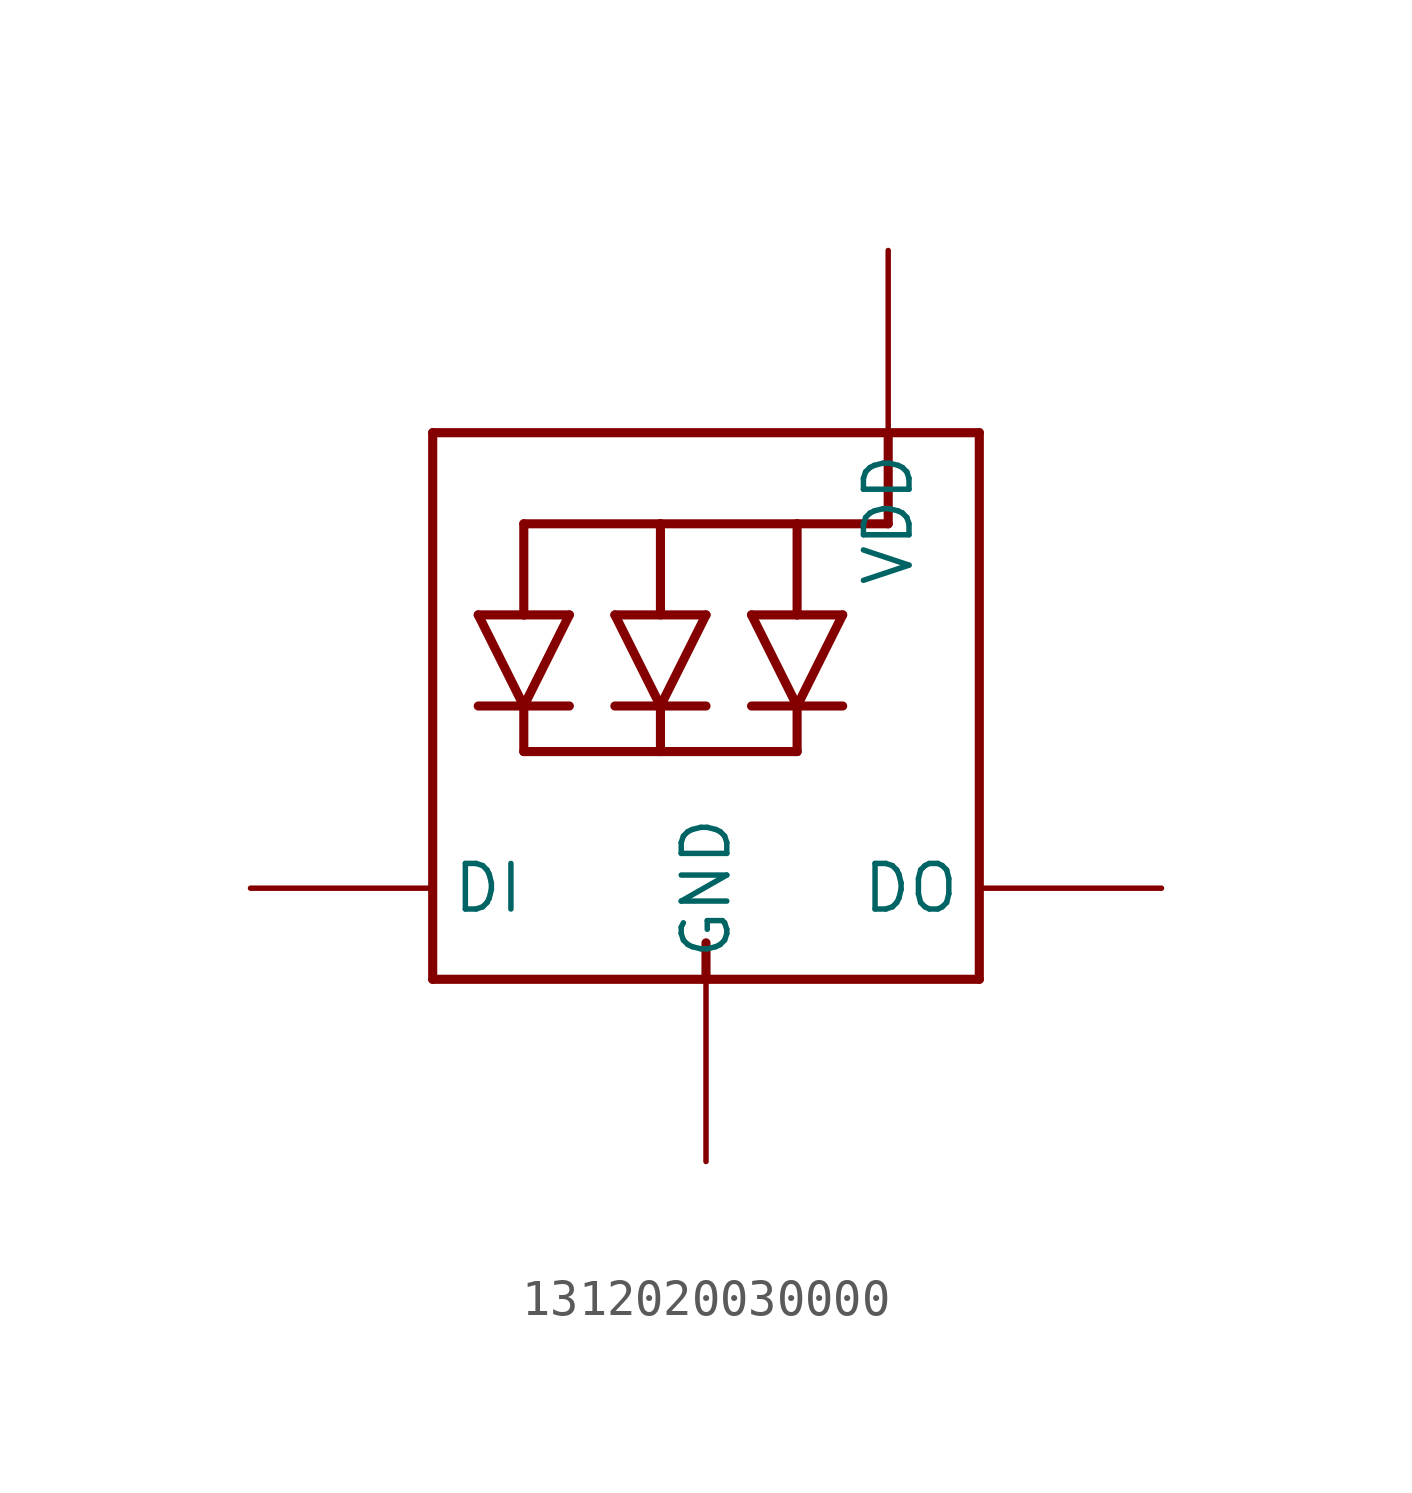
<source format=kicad_sym>
(kicad_symbol_lib
  (version 20231120)
  (generator "kicad_symbol_editor")
  (generator_version "8.0")
  (symbol "1312020030000"
    (property "Reference" "ICled"
      (at -5.08 12.7 0)
      (effects (font (size 1.778 1.511)) (justify left bottom) (hide yes)))
    (property "ki_locked" ""
      (at 0 0 0)
      (effects (font (size 1.27 1.27))))
    (symbol "1312020030000_1_0"
      (polyline (pts (xy -7.62 -5.08) (xy 0 -5.08)) (stroke (width 0.254) (type solid)) (fill (type none)))
      (polyline (pts (xy -7.62 10.16) (xy -7.62 -5.08)) (stroke (width 0.254) (type solid)) (fill (type none)))
      (polyline (pts (xy -6.35 2.54) (xy -5.08 2.54)) (stroke (width 0.254) (type solid)) (fill (type none)))
      (polyline (pts (xy -6.35 5.08) (xy -5.08 5.08)) (stroke (width 0.254) (type solid)) (fill (type none)))
      (polyline (pts (xy -5.08 2.54) (xy -6.35 5.08)) (stroke (width 0.254) (type solid)) (fill (type none)))
      (polyline (pts (xy -5.08 2.54) (xy -5.08 1.27)) (stroke (width 0.254) (type solid)) (fill (type none)))
      (polyline (pts (xy -5.08 2.54) (xy -3.81 5.08)) (stroke (width 0.254) (type solid)) (fill (type none)))
      (polyline (pts (xy -5.08 5.08) (xy -3.81 5.08)) (stroke (width 0.254) (type solid)) (fill (type none)))
      (polyline (pts (xy -5.08 7.62) (xy -5.08 5.08)) (stroke (width 0.254) (type solid)) (fill (type none)))
      (polyline (pts (xy -3.81 2.54) (xy -5.08 2.54)) (stroke (width 0.254) (type solid)) (fill (type none)))
      (polyline (pts (xy -2.54 2.54) (xy -1.27 2.54)) (stroke (width 0.254) (type solid)) (fill (type none)))
      (polyline (pts (xy -2.54 5.08) (xy 0 5.08)) (stroke (width 0.254) (type solid)) (fill (type none)))
      (polyline (pts (xy -1.27 1.27) (xy -5.08 1.27)) (stroke (width 0.254) (type solid)) (fill (type none)))
      (polyline (pts (xy -1.27 2.54) (xy -2.54 5.08)) (stroke (width 0.254) (type solid)) (fill (type none)))
      (polyline (pts (xy -1.27 2.54) (xy -1.27 1.27)) (stroke (width 0.254) (type solid)) (fill (type none)))
      (polyline (pts (xy -1.27 2.54) (xy 0 2.54)) (stroke (width 0.254) (type solid)) (fill (type none)))
      (polyline (pts (xy -1.27 5.08) (xy -1.27 7.62)) (stroke (width 0.254) (type solid)) (fill (type none)))
      (polyline (pts (xy -1.27 7.62) (xy -5.08 7.62)) (stroke (width 0.254) (type solid)) (fill (type none)))
      (polyline (pts (xy 0 -5.08) (xy 7.62 -5.08)) (stroke (width 0.254) (type solid)) (fill (type none)))
      (polyline (pts (xy 0 -4.064) (xy 0 -5.08)) (stroke (width 0.254) (type solid)) (fill (type none)))
      (polyline (pts (xy 0 5.08) (xy -1.27 2.54)) (stroke (width 0.254) (type solid)) (fill (type none)))
      (polyline (pts (xy 1.27 5.08) (xy 2.54 2.54)) (stroke (width 0.254) (type solid)) (fill (type none)))
      (polyline (pts (xy 1.27 5.08) (xy 2.54 5.08)) (stroke (width 0.254) (type solid)) (fill (type none)))
      (polyline (pts (xy 2.54 1.27) (xy -1.27 1.27)) (stroke (width 0.254) (type solid)) (fill (type none)))
      (polyline (pts (xy 2.54 2.54) (xy 1.27 2.54)) (stroke (width 0.254) (type solid)) (fill (type none)))
      (polyline (pts (xy 2.54 2.54) (xy 2.54 1.27)) (stroke (width 0.254) (type solid)) (fill (type none)))
      (polyline (pts (xy 2.54 2.54) (xy 3.81 2.54)) (stroke (width 0.254) (type solid)) (fill (type none)))
      (polyline (pts (xy 2.54 2.54) (xy 3.81 5.08)) (stroke (width 0.254) (type solid)) (fill (type none)))
      (polyline (pts (xy 2.54 5.08) (xy 2.54 7.62)) (stroke (width 0.254) (type solid)) (fill (type none)))
      (polyline (pts (xy 2.54 7.62) (xy -1.27 7.62)) (stroke (width 0.254) (type solid)) (fill (type none)))
      (polyline (pts (xy 2.54 7.62) (xy 5.08 7.62)) (stroke (width 0.254) (type solid)) (fill (type none)))
      (polyline (pts (xy 3.81 5.08) (xy 2.54 5.08)) (stroke (width 0.254) (type solid)) (fill (type none)))
      (polyline (pts (xy 5.08 10.16) (xy -7.62 10.16)) (stroke (width 0.254) (type solid)) (fill (type none)))
      (polyline (pts (xy 5.08 10.16) (xy 5.08 7.62)) (stroke (width 0.254) (type solid)) (fill (type none)))
      (polyline (pts (xy 7.62 -5.08) (xy 7.62 10.16)) (stroke (width 0.254) (type solid)) (fill (type none)))
      (polyline (pts (xy 7.62 10.16) (xy 5.08 10.16)) (stroke (width 0.254) (type solid)) (fill (type none)))
      (pin output line (at 12.7 -2.54 180) (length 5.08) (name "DO" (effects (font (size 1.27 1.27)))) (number "1-DOUT" (effects (font (size 0 0)))))
      (pin power_in line (at 5.08 15.24 270) (length 5.08) (name "VDD" (effects (font (size 1.27 1.27)))) (number "2-VDD" (effects (font (size 0 0)))))
      (pin input line (at -12.7 -2.54 0) (length 5.08) (name "DI" (effects (font (size 1.27 1.27)))) (number "3-DIN" (effects (font (size 0 0)))))
      (pin power_in line (at 0 -10.16 90) (length 5.08) (name "GND" (effects (font (size 1.27 1.27)))) (number "4-GND" (effects (font (size 0 0))))))))
</source>
